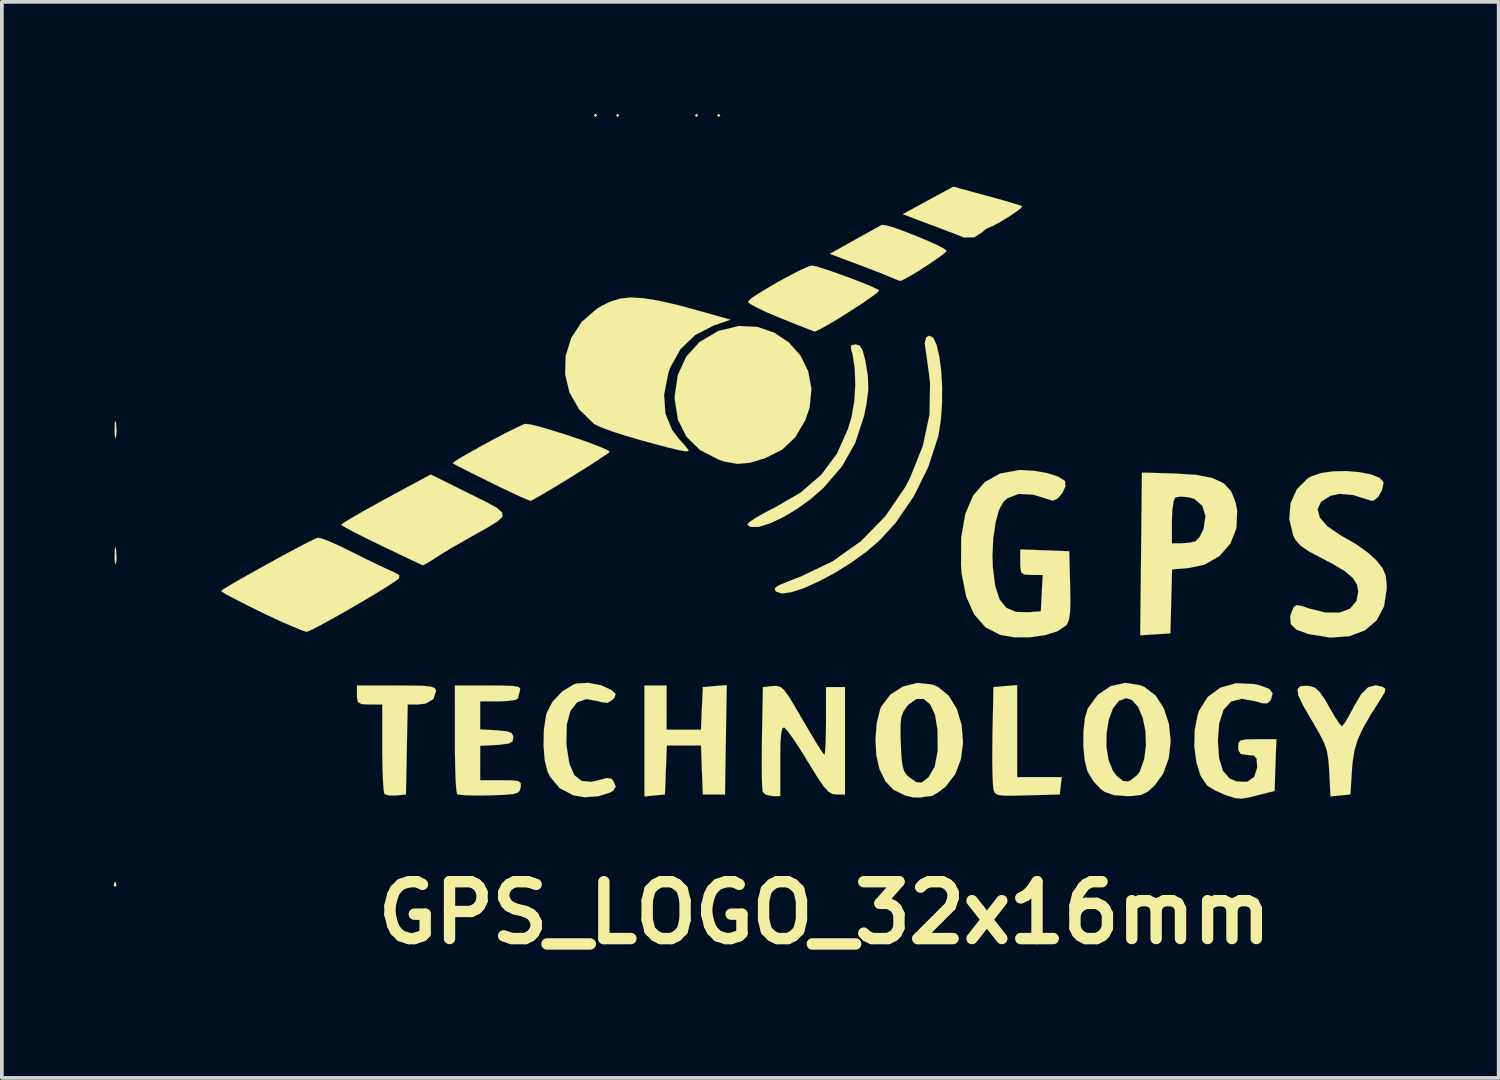
<source format=kicad_pcb>
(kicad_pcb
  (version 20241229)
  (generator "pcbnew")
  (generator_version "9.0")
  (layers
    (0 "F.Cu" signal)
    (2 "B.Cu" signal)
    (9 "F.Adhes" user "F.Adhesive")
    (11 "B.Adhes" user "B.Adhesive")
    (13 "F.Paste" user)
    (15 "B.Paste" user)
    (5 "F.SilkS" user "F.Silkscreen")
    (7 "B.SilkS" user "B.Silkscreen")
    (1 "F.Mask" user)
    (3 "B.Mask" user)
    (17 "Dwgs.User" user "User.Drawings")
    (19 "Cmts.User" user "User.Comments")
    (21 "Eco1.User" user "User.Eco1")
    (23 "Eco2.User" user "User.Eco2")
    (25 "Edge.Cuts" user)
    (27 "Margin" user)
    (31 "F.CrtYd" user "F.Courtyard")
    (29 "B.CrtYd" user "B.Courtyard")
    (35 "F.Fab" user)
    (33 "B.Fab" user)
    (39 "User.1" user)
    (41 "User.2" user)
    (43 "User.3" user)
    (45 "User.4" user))
  (footprint "GPS_LOGO_32x16mm"
    (layer "F.Cu")
    (at 19.051 10.329)
    (property "Reference" "GPS_LOGO_32x16mm" (at 0 11.09 0) (layer "F.SilkS") (effects (font (size 1.524 1.524) (thickness 0.305))))
    (attr through_hole)
    (fp_poly (pts (xy -6.096 -10.287) (xy -6.139 -10.244) (xy -6.182 -10.287) (xy -6.139 -10.328) (xy -6.096 -10.287)) (stroke (width 0.003) (type solid)) (fill yes) (layer "F.SilkS"))
    (fp_poly (pts (xy -5.504 -10.287) (xy -5.547 -10.244) (xy -5.588 -10.287) (xy -5.547 -10.328) (xy -5.504 -10.287)) (stroke (width 0.003) (type solid)) (fill yes) (layer "F.SilkS"))
    (fp_poly (pts (xy -3.388 -10.287) (xy -3.429 -10.244) (xy -3.472 -10.287) (xy -3.429 -10.328) (xy -3.388 -10.287)) (stroke (width 0.003) (type solid)) (fill yes) (layer "F.SilkS"))
    (fp_poly (pts (xy -2.794 -10.287) (xy -2.837 -10.244) (xy -2.88 -10.287) (xy -2.837 -10.328) (xy -2.794 -10.287)) (stroke (width 0.003) (type solid)) (fill yes) (layer "F.SilkS"))
    (fp_poly (pts (xy -18.984 10.373) (xy -18.994 10.386) (xy -19.045 10.373) (xy -19.05 10.33) (xy -19.02 10.259) (xy -18.994 10.274) (xy -18.984 10.373)) (stroke (width 0.003) (type solid)) (fill yes) (layer "F.SilkS"))
    (fp_poly (pts (xy -18.976 -1.806) (xy -18.992 -1.671) (xy -19.012 -1.631) (xy -19.025 -1.737) (xy -19.027 -1.862) (xy -19.022 -2.045) (xy -19.004 -2.095) (xy -18.992 -2.052) (xy -18.976 -1.806)) (stroke (width 0.003) (type solid)) (fill yes) (layer "F.SilkS"))
    (fp_poly (pts (xy -18.976 1.58) (xy -18.992 1.714) (xy -19.012 1.755) (xy -19.025 1.648) (xy -19.027 1.524) (xy -19.022 1.341) (xy -19.004 1.29) (xy -18.992 1.333) (xy -18.976 1.58)) (stroke (width 0.003) (type solid)) (fill yes) (layer "F.SilkS"))
    (fp_poly (pts (xy 6.36 7.452) (xy 6.332 7.684) (xy 6.307 7.917) (xy 5.441 7.94) (xy 5.052 7.95) (xy 4.798 7.948) (xy 4.648 7.927) (xy 4.572 7.882) (xy 4.536 7.808) (xy 4.529 7.772) (xy 4.514 7.62) (xy 4.503 7.336) (xy 4.498 6.952) (xy 4.501 6.507) (xy 4.503 6.309) (xy 4.529 5.039) (xy 4.846 5.011) (xy 5.164 4.986) (xy 5.164 6.218) (xy 5.164 7.452) (xy 5.761 7.452) (xy 6.36 7.452)) (stroke (width 0.003) (type solid)) (fill yes) (layer "F.SilkS"))
    (fp_poly (pts (xy 5.301 -7.849) (xy 5.255 -7.793) (xy 5.105 -7.681) (xy 4.902 -7.546) (xy 4.686 -7.417) (xy 4.503 -7.318) (xy 4.407 -7.28) (xy 4.3 -7.224) (xy 4.239 -7.163) (xy 4.018 -7.018) (xy 3.747 -7.015) (xy 3.68 -7.036) (xy 3.528 -7.097) (xy 3.264 -7.198) (xy 2.936 -7.323) (xy 2.804 -7.371) (xy 2.098 -7.638) (xy 2.774 -8.006) (xy 3.452 -8.374) (xy 4.359 -8.128) (xy 4.727 -8.026) (xy 5.029 -7.938) (xy 5.232 -7.877) (xy 5.301 -7.849)) (stroke (width 0.003) (type solid)) (fill yes) (layer "F.SilkS"))
    (fp_poly (pts (xy -2.621 4.986) (xy -2.644 6.452) (xy -2.667 7.917) (xy -2.964 7.917) (xy -3.261 7.917) (xy -3.287 7.262) (xy -3.31 6.604) (xy -3.769 6.604) (xy -4.227 6.604) (xy -4.252 7.262) (xy -4.277 7.917) (xy -4.552 7.943) (xy -4.826 7.971) (xy -4.826 6.482) (xy -4.826 4.996) (xy -4.531 4.996) (xy -4.234 4.996) (xy -4.234 5.588) (xy -4.234 6.182) (xy -3.772 6.182) (xy -3.312 6.182) (xy -3.287 5.611) (xy -3.261 5.039) (xy -2.941 5.011) (xy -2.621 4.986)) (stroke (width 0.003) (type solid)) (fill yes) (layer "F.SilkS"))
    (fp_poly (pts (xy -0.351 -2.954) (xy -0.399 -2.454) (xy -0.516 -2.116) (xy -0.785 -1.659) (xy -1.13 -1.331) (xy -1.587 -1.1) (xy -1.994 -0.975) (xy -2.332 -0.945) (xy -2.675 -1.006) (xy -2.832 -1.057) (xy -3.332 -1.313) (xy -3.698 -1.671) (xy -3.929 -2.129) (xy -4.013 -2.672) (xy -4.016 -2.751) (xy -3.932 -3.325) (xy -3.708 -3.815) (xy -3.35 -4.211) (xy -2.865 -4.496) (xy -2.814 -4.516) (xy -2.294 -4.641) (xy -1.796 -4.615) (xy -1.344 -4.46) (xy -0.955 -4.199) (xy -0.645 -3.848) (xy -0.437 -3.426) (xy -0.351 -2.954)) (stroke (width 0.003) (type solid)) (fill yes) (layer "F.SilkS"))
    (fp_poly (pts (xy 3.274 -6.65) (xy 3.195 -6.576) (xy 3.015 -6.444) (xy 2.771 -6.279) (xy 2.51 -6.111) (xy 2.268 -5.966) (xy 2.093 -5.872) (xy 2.032 -5.85) (xy 1.928 -5.883) (xy 1.819 -5.931) (xy 1.666 -5.994) (xy 1.402 -6.099) (xy 1.069 -6.226) (xy 0.897 -6.292) (xy 0.142 -6.574) (xy 0.813 -6.949) (xy 1.115 -7.117) (xy 1.361 -7.254) (xy 1.514 -7.338) (xy 1.544 -7.351) (xy 1.654 -7.338) (xy 1.872 -7.275) (xy 2.159 -7.17) (xy 2.474 -7.046) (xy 2.784 -6.916) (xy 3.045 -6.797) (xy 3.221 -6.701) (xy 3.274 -6.65)) (stroke (width 0.003) (type solid)) (fill yes) (layer "F.SilkS"))
    (fp_poly (pts (xy -10.414 5.149) (xy -10.485 5.362) (xy -10.691 5.481) (xy -10.897 5.504) (xy -11.173 5.504) (xy -11.196 6.711) (xy -11.219 7.917) (xy -11.476 7.943) (xy -11.676 7.943) (xy -11.793 7.907) (xy -11.816 7.805) (xy -11.834 7.564) (xy -11.847 7.221) (xy -11.854 6.807) (xy -11.854 6.675) (xy -11.854 5.504) (xy -12.192 5.504) (xy -12.41 5.494) (xy -12.507 5.438) (xy -12.532 5.304) (xy -12.532 5.25) (xy -12.532 4.996) (xy -11.473 4.996) (xy -11.034 4.999) (xy -10.734 5.006) (xy -10.551 5.027) (xy -10.455 5.06) (xy -10.419 5.11) (xy -10.414 5.149)) (stroke (width 0.003) (type solid)) (fill yes) (layer "F.SilkS"))
    (fp_poly (pts (xy -8.631 0.47) (xy -8.76 0.594) (xy -9.025 0.757) (xy -9.401 0.968) (xy -9.771 1.179) (xy -10.041 1.333) (xy -10.249 1.46) (xy -10.447 1.587) (xy -10.513 1.631) (xy -10.676 1.73) (xy -10.765 1.773) (xy -10.767 1.773) (xy -10.851 1.735) (xy -11.057 1.638) (xy -11.361 1.494) (xy -11.732 1.318) (xy -11.874 1.25) (xy -12.263 1.059) (xy -12.588 0.897) (xy -12.824 0.77) (xy -12.944 0.696) (xy -12.954 0.683) (xy -12.88 0.63) (xy -12.685 0.511) (xy -12.39 0.34) (xy -12.022 0.135) (xy -11.753 -0.013) (xy -10.554 -0.66) (xy -9.52 -0.145) (xy -9.081 0.071) (xy -8.788 0.231) (xy -8.641 0.356) (xy -8.631 0.47)) (stroke (width 0.003) (type solid)) (fill yes) (layer "F.SilkS"))
    (fp_poly (pts (xy 1.463 -5.596) (xy 1.415 -5.537) (xy 1.252 -5.415) (xy 1.011 -5.248) (xy 0.721 -5.06) (xy 0.419 -4.869) (xy 0.137 -4.699) (xy -0.094 -4.569) (xy -0.241 -4.498) (xy -0.269 -4.493) (xy -0.356 -4.526) (xy -0.564 -4.608) (xy -0.866 -4.727) (xy -1.181 -4.854) (xy -1.532 -5.001) (xy -1.814 -5.136) (xy -1.999 -5.237) (xy -2.052 -5.291) (xy -1.979 -5.367) (xy -1.791 -5.497) (xy -1.524 -5.659) (xy -1.217 -5.837) (xy -0.907 -6.005) (xy -0.632 -6.147) (xy -0.424 -6.238) (xy -0.34 -6.261) (xy -0.208 -6.233) (xy 0.036 -6.157) (xy 0.348 -6.05) (xy 0.686 -5.926) (xy 1.011 -5.801) (xy 1.275 -5.692) (xy 1.438 -5.613) (xy 1.463 -5.596)) (stroke (width 0.003) (type solid)) (fill yes) (layer "F.SilkS"))
    (fp_poly (pts (xy 1.173 -2.924) (xy 1.12 -2.517) (xy 1.057 -2.22) (xy 0.823 -1.506) (xy 0.472 -0.884) (xy -0.02 -0.31) (xy -0.036 -0.295) (xy -0.376 0.003) (xy -0.747 0.269) (xy -1.12 0.49) (xy -1.471 0.653) (xy -1.765 0.744) (xy -1.979 0.747) (xy -2.07 0.686) (xy -2.019 0.62) (xy -1.844 0.503) (xy -1.575 0.351) (xy -1.331 0.226) (xy -0.632 -0.18) (xy -0.084 -0.655) (xy 0.335 -1.219) (xy 0.632 -1.885) (xy 0.726 -2.202) (xy 0.798 -2.611) (xy 0.826 -3.068) (xy 0.81 -3.515) (xy 0.752 -3.884) (xy 0.716 -4) (xy 0.709 -4.117) (xy 0.831 -4.148) (xy 0.942 -4.115) (xy 1.021 -3.988) (xy 1.09 -3.729) (xy 1.092 -3.721) (xy 1.163 -3.299) (xy 1.173 -2.924)) (stroke (width 0.003) (type solid)) (fill yes) (layer "F.SilkS"))
    (fp_poly (pts (xy -5.758 -1.267) (xy -5.827 -1.212) (xy -6.01 -1.09) (xy -6.274 -0.917) (xy -6.594 -0.716) (xy -6.934 -0.505) (xy -7.264 -0.305) (xy -7.556 -0.132) (xy -7.777 -0.005) (xy -7.874 0.046) (xy -7.963 0.015) (xy -8.171 -0.074) (xy -8.473 -0.216) (xy -8.839 -0.391) (xy -8.928 -0.437) (xy -9.304 -0.622) (xy -9.619 -0.78) (xy -9.848 -0.897) (xy -9.959 -0.958) (xy -9.967 -0.96) (xy -9.911 -1.011) (xy -9.736 -1.12) (xy -9.477 -1.267) (xy -9.167 -1.44) (xy -8.839 -1.618) (xy -8.527 -1.781) (xy -8.26 -1.913) (xy -8.075 -1.999) (xy -8.016 -2.017) (xy -7.887 -2.002) (xy -7.643 -1.943) (xy -7.323 -1.849) (xy -6.96 -1.735) (xy -6.591 -1.613) (xy -6.251 -1.491) (xy -5.977 -1.384) (xy -5.801 -1.303) (xy -5.758 -1.267)) (stroke (width 0.003) (type solid)) (fill yes) (layer "F.SilkS"))
    (fp_poly (pts (xy -11.402 2.121) (xy -11.524 2.212) (xy -11.755 2.362) (xy -12.065 2.553) (xy -12.426 2.766) (xy -12.802 2.985) (xy -13.165 3.19) (xy -13.485 3.365) (xy -13.729 3.493) (xy -13.868 3.553) (xy -13.884 3.556) (xy -14.003 3.52) (xy -14.244 3.421) (xy -14.575 3.277) (xy -14.961 3.096) (xy -15.093 3.033) (xy -15.479 2.842) (xy -15.804 2.677) (xy -16.043 2.55) (xy -16.162 2.474) (xy -16.172 2.461) (xy -16.104 2.41) (xy -15.913 2.294) (xy -15.631 2.131) (xy -15.288 1.938) (xy -14.912 1.73) (xy -14.534 1.521) (xy -14.181 1.333) (xy -13.884 1.176) (xy -13.67 1.072) (xy -13.579 1.034) (xy -13.465 1.059) (xy -13.238 1.148) (xy -12.931 1.288) (xy -12.644 1.43) (xy -12.278 1.613) (xy -11.943 1.775) (xy -11.684 1.895) (xy -11.565 1.946) (xy -11.402 2.037) (xy -11.402 2.121)) (stroke (width 0.003) (type solid)) (fill yes) (layer "F.SilkS"))
    (fp_poly (pts (xy -2.52 -4.808) (xy -2.974 -4.653) (xy -3.467 -4.399) (xy -3.861 -4.021) (xy -4.133 -3.533) (xy -4.186 -3.381) (xy -4.3 -2.797) (xy -4.265 -2.291) (xy -4.084 -1.852) (xy -3.894 -1.605) (xy -3.741 -1.435) (xy -3.653 -1.321) (xy -3.642 -1.303) (xy -3.665 -1.283) (xy -3.747 -1.285) (xy -3.909 -1.316) (xy -4.173 -1.379) (xy -4.567 -1.483) (xy -4.912 -1.577) (xy -5.331 -1.699) (xy -5.707 -1.821) (xy -5.999 -1.93) (xy -6.17 -2.012) (xy -6.177 -2.017) (xy -6.574 -2.403) (xy -6.833 -2.855) (xy -6.952 -3.343) (xy -6.937 -3.84) (xy -6.789 -4.318) (xy -6.507 -4.75) (xy -6.099 -5.105) (xy -5.966 -5.184) (xy -5.72 -5.301) (xy -5.471 -5.375) (xy -5.192 -5.405) (xy -4.859 -5.385) (xy -4.448 -5.319) (xy -3.937 -5.202) (xy -3.299 -5.029) (xy -2.974 -4.938) (xy -2.52 -4.808)) (stroke (width 0.003) (type solid)) (fill yes) (layer "F.SilkS"))
    (fp_poly (pts (xy 11.062 0.315) (xy 11.041 0.78) (xy 10.879 1.191) (xy 10.589 1.524) (xy 10.213 1.742) (xy 10.213 0.45) (xy 10.127 0.178) (xy 9.921 -0.003) (xy 9.774 -0.048) (xy 9.555 -0.069) (xy 9.408 -0.048) (xy 9.403 -0.046) (xy 9.357 0.061) (xy 9.324 0.29) (xy 9.312 0.592) (xy 9.312 0.597) (xy 9.312 1.186) (xy 9.558 1.186) (xy 9.787 1.168) (xy 9.936 1.135) (xy 10.048 1.029) (xy 10.15 0.826) (xy 10.163 0.792) (xy 10.213 0.45) (xy 10.213 1.742) (xy 10.198 1.753) (xy 9.782 1.844) (xy 9.317 1.885) (xy 9.294 2.741) (xy 9.271 3.599) (xy 8.867 3.625) (xy 8.463 3.65) (xy 8.486 1.471) (xy 8.509 -0.711) (xy 9.393 -0.686) (xy 9.967 -0.65) (xy 10.399 -0.564) (xy 10.704 -0.422) (xy 10.904 -0.203) (xy 11.021 0.097) (xy 11.062 0.315)) (stroke (width 0.003) (type solid)) (fill yes) (layer "F.SilkS"))
    (fp_poly (pts (xy 15.034 5.085) (xy 15.016 5.182) (xy 14.935 5.314) (xy 14.641 5.779) (xy 14.43 6.144) (xy 14.29 6.454) (xy 14.204 6.746) (xy 14.155 7.059) (xy 14.14 7.239) (xy 14.097 7.917) (xy 13.83 7.943) (xy 13.564 7.968) (xy 13.531 7.308) (xy 13.508 6.995) (xy 13.47 6.756) (xy 13.396 6.538) (xy 13.269 6.287) (xy 13.073 5.949) (xy 13.043 5.9) (xy 12.822 5.519) (xy 12.7 5.255) (xy 12.68 5.093) (xy 12.756 5.016) (xy 12.931 5.004) (xy 13 5.011) (xy 13.145 5.055) (xy 13.277 5.174) (xy 13.429 5.397) (xy 13.525 5.568) (xy 13.675 5.827) (xy 13.797 6.015) (xy 13.868 6.091) (xy 13.871 6.091) (xy 13.934 6.02) (xy 14.046 5.834) (xy 14.186 5.575) (xy 14.191 5.563) (xy 14.389 5.227) (xy 14.575 5.042) (xy 14.775 4.991) (xy 14.958 5.032) (xy 15.034 5.085)) (stroke (width 0.003) (type solid)) (fill yes) (layer "F.SilkS"))
    (fp_poly (pts (xy -5.596 7.711) (xy -5.667 7.818) (xy -5.738 7.861) (xy -6.058 7.963) (xy -6.424 7.991) (xy -6.731 7.94) (xy -7.104 7.744) (xy -7.356 7.44) (xy -7.422 7.305) (xy -7.498 7.005) (xy -7.531 6.609) (xy -7.521 6.185) (xy -7.465 5.804) (xy -7.45 5.743) (xy -7.29 5.431) (xy -7.028 5.154) (xy -6.721 4.968) (xy -6.64 4.943) (xy -6.332 4.925) (xy -5.992 4.989) (xy -5.715 5.116) (xy -5.71 5.118) (xy -5.601 5.222) (xy -5.626 5.316) (xy -5.679 5.375) (xy -5.814 5.461) (xy -5.982 5.443) (xy -6.058 5.418) (xy -6.383 5.359) (xy -6.634 5.448) (xy -6.812 5.679) (xy -6.909 6.045) (xy -6.919 6.538) (xy -6.911 6.637) (xy -6.838 7.094) (xy -6.706 7.399) (xy -6.507 7.556) (xy -6.238 7.579) (xy -6.04 7.531) (xy -5.827 7.475) (xy -5.712 7.496) (xy -5.664 7.546) (xy -5.596 7.711)) (stroke (width 0.003) (type solid)) (fill yes) (layer "F.SilkS"))
    (fp_poly (pts (xy 3.152 -3.015) (xy 3.15 -2.563) (xy 3.119 -2.123) (xy 3.056 -1.722) (xy 3.045 -1.676) (xy 2.781 -0.861) (xy 2.39 -0.071) (xy 1.9 0.643) (xy 1.468 1.113) (xy 1.107 1.42) (xy 0.701 1.712) (xy 0.272 1.979) (xy -0.152 2.205) (xy -0.546 2.383) (xy -0.884 2.494) (xy -1.143 2.53) (xy -1.298 2.479) (xy -1.311 2.461) (xy -1.331 2.408) (xy -1.303 2.36) (xy -1.196 2.299) (xy -0.986 2.212) (xy -0.645 2.08) (xy 0.213 1.671) (xy 0.978 1.128) (xy 1.628 0.462) (xy 2.156 -0.307) (xy 2.286 -0.551) (xy 2.634 -1.417) (xy 2.817 -2.268) (xy 2.83 -3.106) (xy 2.804 -3.343) (xy 2.756 -3.686) (xy 2.715 -3.978) (xy 2.69 -4.166) (xy 2.687 -4.188) (xy 2.731 -4.341) (xy 2.807 -4.381) (xy 2.913 -4.328) (xy 3.005 -4.133) (xy 3.076 -3.828) (xy 3.127 -3.447) (xy 3.152 -3.015)) (stroke (width 0.003) (type solid)) (fill yes) (layer "F.SilkS"))
    (fp_poly (pts (xy -8.141 7.699) (xy -8.146 7.727) (xy -8.169 7.816) (xy -8.227 7.871) (xy -8.357 7.907) (xy -8.588 7.927) (xy -8.956 7.94) (xy -8.979 7.94) (xy -9.335 7.945) (xy -9.624 7.938) (xy -9.807 7.92) (xy -9.848 7.904) (xy -9.868 7.805) (xy -9.886 7.564) (xy -9.898 7.214) (xy -9.906 6.779) (xy -9.906 6.421) (xy -9.906 4.996) (xy -9.009 4.996) (xy -8.608 4.999) (xy -8.352 5.009) (xy -8.209 5.034) (xy -8.156 5.075) (xy -8.164 5.131) (xy -8.209 5.291) (xy -8.214 5.342) (xy -8.291 5.382) (xy -8.491 5.41) (xy -8.722 5.42) (xy -9.23 5.42) (xy -9.23 5.796) (xy -9.23 6.172) (xy -8.786 6.198) (xy -8.522 6.223) (xy -8.39 6.269) (xy -8.344 6.353) (xy -8.341 6.393) (xy -8.364 6.495) (xy -8.463 6.551) (xy -8.679 6.581) (xy -8.786 6.589) (xy -9.23 6.614) (xy -9.23 7.074) (xy -9.23 7.536) (xy -8.674 7.536) (xy -8.377 7.539) (xy -8.212 7.559) (xy -8.146 7.607) (xy -8.141 7.699)) (stroke (width 0.003) (type solid)) (fill yes) (layer "F.SilkS"))
    (fp_poly (pts (xy 0.549 7.917) (xy 0.315 7.917) (xy 0.206 7.902) (xy 0.104 7.838) (xy -0.018 7.706) (xy -0.173 7.48) (xy -0.386 7.135) (xy -0.447 7.036) (xy -0.66 6.69) (xy -0.851 6.403) (xy -0.998 6.203) (xy -1.082 6.119) (xy -1.082 6.116) (xy -1.13 6.144) (xy -1.161 6.276) (xy -1.181 6.533) (xy -1.186 6.934) (xy -1.186 7.021) (xy -1.186 7.96) (xy -1.402 7.96) (xy -1.577 7.92) (xy -1.656 7.849) (xy -1.669 7.732) (xy -1.679 7.475) (xy -1.681 7.112) (xy -1.679 6.675) (xy -1.676 6.388) (xy -1.651 5.039) (xy -1.387 5.011) (xy -1.275 5.009) (xy -1.179 5.037) (xy -1.082 5.123) (xy -0.96 5.288) (xy -0.798 5.555) (xy -0.584 5.921) (xy -0.376 6.274) (xy -0.201 6.566) (xy -0.071 6.769) (xy -0.005 6.855) (xy 0 6.858) (xy 0.015 6.779) (xy 0.03 6.566) (xy 0.038 6.253) (xy 0.041 5.949) (xy 0.041 5.039) (xy 0.295 5.039) (xy 0.549 5.039) (xy 0.549 6.477) (xy 0.549 7.917)) (stroke (width 0.003) (type solid)) (fill yes) (layer "F.SilkS"))
    (fp_poly (pts (xy 9.279 6.487) (xy 9.228 6.942) (xy 9.078 7.358) (xy 8.844 7.681) (xy 8.659 7.846) (xy 8.618 7.864) (xy 8.618 6.599) (xy 8.603 6.218) (xy 8.532 5.865) (xy 8.41 5.575) (xy 8.247 5.387) (xy 8.085 5.334) (xy 7.887 5.41) (xy 7.729 5.616) (xy 7.62 5.913) (xy 7.562 6.264) (xy 7.556 6.634) (xy 7.612 6.988) (xy 7.732 7.285) (xy 7.838 7.424) (xy 8.004 7.556) (xy 8.138 7.567) (xy 8.209 7.536) (xy 8.382 7.399) (xy 8.453 7.3) (xy 8.57 6.972) (xy 8.618 6.599) (xy 8.618 7.864) (xy 8.481 7.93) (xy 8.237 7.958) (xy 8.105 7.96) (xy 7.76 7.935) (xy 7.516 7.849) (xy 7.409 7.775) (xy 7.214 7.567) (xy 7.056 7.31) (xy 7.048 7.29) (xy 6.975 7) (xy 6.939 6.624) (xy 6.942 6.223) (xy 6.982 5.862) (xy 7.061 5.606) (xy 7.328 5.245) (xy 7.671 5.014) (xy 8.059 4.925) (xy 8.463 4.989) (xy 8.567 5.032) (xy 8.875 5.265) (xy 9.096 5.611) (xy 9.233 6.03) (xy 9.279 6.487)) (stroke (width 0.003) (type solid)) (fill yes) (layer "F.SilkS"))
    (fp_poly (pts (xy 3.713 6.513) (xy 3.658 6.965) (xy 3.505 7.371) (xy 3.256 7.696) (xy 3.249 7.704) (xy 3.051 7.859) (xy 3.035 7.866) (xy 3.035 6.746) (xy 3.03 6.182) (xy 2.962 5.781) (xy 2.835 5.504) (xy 2.662 5.357) (xy 2.461 5.357) (xy 2.248 5.509) (xy 2.2 5.568) (xy 2.111 5.7) (xy 2.057 5.847) (xy 2.037 6.055) (xy 2.037 6.368) (xy 2.045 6.548) (xy 2.062 6.916) (xy 2.093 7.158) (xy 2.141 7.308) (xy 2.22 7.414) (xy 2.273 7.457) (xy 2.464 7.59) (xy 2.606 7.597) (xy 2.761 7.48) (xy 2.789 7.455) (xy 2.954 7.173) (xy 3.035 6.746) (xy 3.035 7.866) (xy 2.893 7.95) (xy 2.852 7.96) (xy 2.687 7.978) (xy 2.581 7.998) (xy 2.38 7.996) (xy 2.159 7.943) (xy 1.849 7.79) (xy 1.636 7.567) (xy 1.473 7.234) (xy 1.389 6.868) (xy 1.367 6.431) (xy 1.402 5.992) (xy 1.496 5.624) (xy 1.527 5.552) (xy 1.77 5.237) (xy 2.106 5.022) (xy 2.489 4.928) (xy 2.875 4.968) (xy 3.038 5.032) (xy 3.335 5.276) (xy 3.548 5.629) (xy 3.675 6.055) (xy 3.713 6.513)) (stroke (width 0.003) (type solid)) (fill yes) (layer "F.SilkS"))
    (fp_poly (pts (xy 12.113 6.436) (xy 12.088 7.127) (xy 12.065 7.821) (xy 11.641 7.93) (xy 11.356 8.001) (xy 11.168 8.029) (xy 11.008 8.014) (xy 10.813 7.953) (xy 10.724 7.922) (xy 10.475 7.811) (xy 10.277 7.691) (xy 10.251 7.668) (xy 10.084 7.422) (xy 9.97 7.061) (xy 9.914 6.634) (xy 9.924 6.193) (xy 10.003 5.786) (xy 10.041 5.674) (xy 10.272 5.304) (xy 10.61 5.055) (xy 11.029 4.935) (xy 11.509 4.956) (xy 11.664 4.991) (xy 11.915 5.085) (xy 12.012 5.204) (xy 11.968 5.367) (xy 11.946 5.408) (xy 11.864 5.476) (xy 11.722 5.469) (xy 11.562 5.42) (xy 11.186 5.352) (xy 10.899 5.425) (xy 10.698 5.644) (xy 10.579 6.005) (xy 10.544 6.477) (xy 10.577 6.949) (xy 10.678 7.282) (xy 10.856 7.488) (xy 11.044 7.569) (xy 11.328 7.579) (xy 11.516 7.45) (xy 11.598 7.198) (xy 11.598 7.153) (xy 11.582 6.955) (xy 11.511 6.873) (xy 11.344 6.858) (xy 11.163 6.835) (xy 11.097 6.739) (xy 11.09 6.647) (xy 11.1 6.53) (xy 11.158 6.467) (xy 11.306 6.441) (xy 11.577 6.436) (xy 11.603 6.436) (xy 12.113 6.436)) (stroke (width 0.003) (type solid)) (fill yes) (layer "F.SilkS"))
    (fp_poly (pts (xy 6.591 2.748) (xy 6.581 3.043) (xy 6.553 3.233) (xy 6.502 3.353) (xy 6.474 3.388) (xy 6.246 3.541) (xy 5.905 3.647) (xy 5.502 3.703) (xy 5.085 3.703) (xy 4.712 3.64) (xy 4.707 3.637) (xy 4.318 3.437) (xy 4.016 3.094) (xy 3.8 2.614) (xy 3.678 2.009) (xy 3.66 1.775) (xy 3.665 1.026) (xy 3.774 0.401) (xy 3.985 -0.094) (xy 4.298 -0.457) (xy 4.707 -0.686) (xy 5.212 -0.777) (xy 5.281 -0.78) (xy 5.629 -0.757) (xy 5.972 -0.696) (xy 6.256 -0.605) (xy 6.431 -0.5) (xy 6.449 -0.478) (xy 6.457 -0.34) (xy 6.378 -0.168) (xy 6.253 -0.02) (xy 6.126 0.041) (xy 6.096 0.036) (xy 5.603 -0.119) (xy 5.207 -0.14) (xy 4.902 -0.023) (xy 4.793 0.074) (xy 4.676 0.29) (xy 4.585 0.63) (xy 4.524 1.052) (xy 4.501 1.509) (xy 4.511 1.821) (xy 4.575 2.327) (xy 4.691 2.687) (xy 4.872 2.913) (xy 5.128 3.023) (xy 5.466 3.033) (xy 5.799 3.007) (xy 5.824 2.52) (xy 5.85 2.032) (xy 5.547 2.032) (xy 5.357 2.022) (xy 5.271 1.961) (xy 5.248 1.798) (xy 5.248 1.689) (xy 5.248 1.349) (xy 5.905 1.372) (xy 6.561 1.397) (xy 6.584 2.319) (xy 6.591 2.748)) (stroke (width 0.003) (type solid)) (fill yes) (layer "F.SilkS"))
    (fp_poly (pts (xy 15.07 2.4) (xy 14.999 2.873) (xy 14.801 3.249) (xy 14.486 3.518) (xy 14.067 3.675) (xy 13.559 3.711) (xy 12.977 3.617) (xy 12.962 3.612) (xy 12.654 3.5) (xy 12.499 3.35) (xy 12.484 3.147) (xy 12.52 3.03) (xy 12.581 2.891) (xy 12.659 2.842) (xy 12.807 2.87) (xy 12.959 2.924) (xy 13.419 3.04) (xy 13.8 3.043) (xy 14.087 2.939) (xy 14.26 2.731) (xy 14.308 2.484) (xy 14.275 2.289) (xy 14.158 2.108) (xy 13.94 1.925) (xy 13.594 1.72) (xy 13.307 1.572) (xy 12.969 1.392) (xy 12.753 1.24) (xy 12.621 1.085) (xy 12.565 0.973) (xy 12.459 0.533) (xy 12.494 0.109) (xy 12.662 -0.264) (xy 12.951 -0.551) (xy 13.043 -0.607) (xy 13.302 -0.696) (xy 13.63 -0.744) (xy 13.99 -0.752) (xy 14.346 -0.721) (xy 14.656 -0.66) (xy 14.879 -0.569) (xy 14.983 -0.455) (xy 14.986 -0.432) (xy 14.94 -0.231) (xy 14.839 -0.056) (xy 14.714 0.041) (xy 14.653 0.041) (xy 14.173 -0.109) (xy 13.797 -0.142) (xy 13.559 -0.089) (xy 13.31 0.071) (xy 13.216 0.269) (xy 13.277 0.495) (xy 13.485 0.734) (xy 13.838 0.975) (xy 13.947 1.034) (xy 14.272 1.224) (xy 14.58 1.448) (xy 14.783 1.631) (xy 14.958 1.849) (xy 15.042 2.047) (xy 15.07 2.309) (xy 15.07 2.4)) (stroke (width 0.003) (type solid)) (fill yes) (layer "F.SilkS")))
  (gr_rect
    (start -3 -3)
    (end 37.122 25.845)
    (stroke (width 0.1) (type default))
    (fill no)
    (layer "Edge.Cuts")))
</source>
